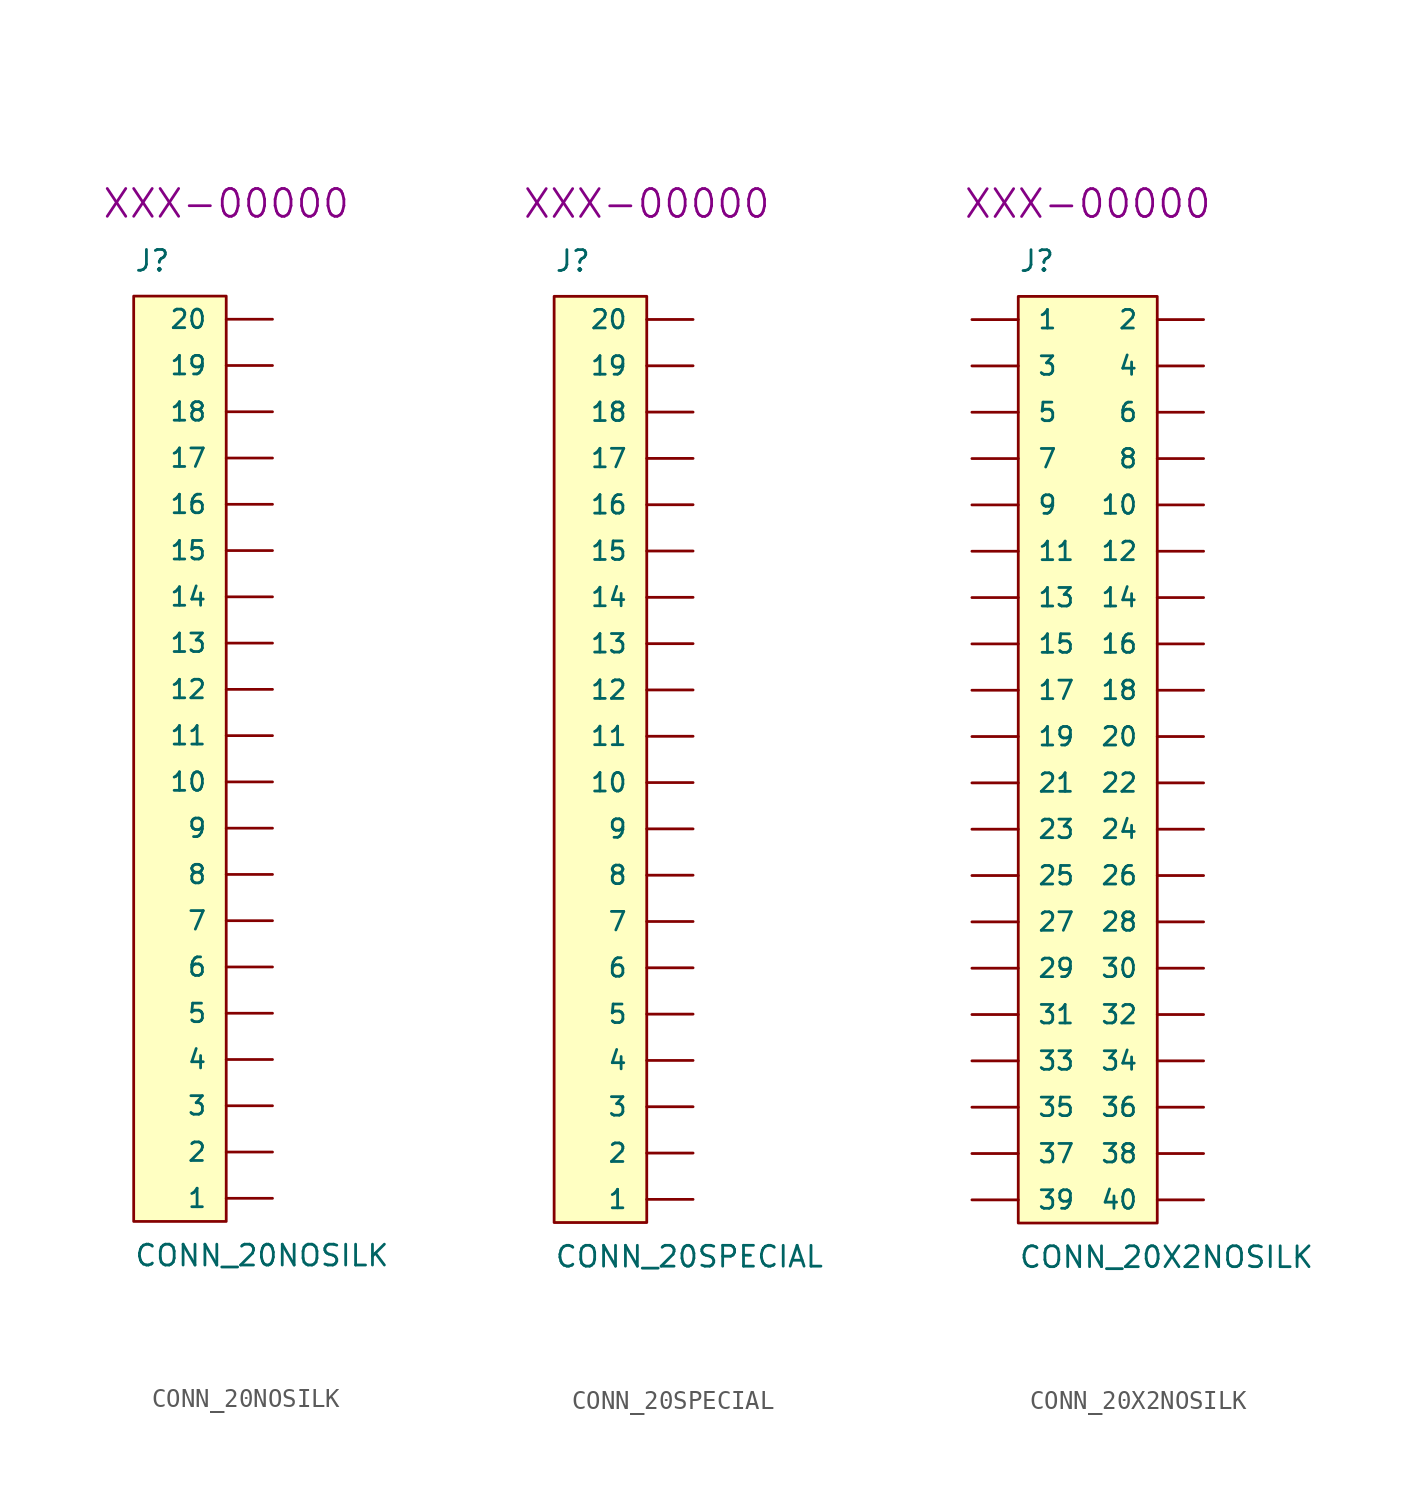
<source format=kicad_sym>
(kicad_symbol_lib
  (version 20201005)
  (generator kicad_symbol_editor)
  (symbol "CONN_20NOSILK"
    (pin_numbers hide)
    (pin_names
      (offset 1.016))
    (property "Reference" "J"
      (at -5.08 50.8 0)
      (effects (font (size 1.143 1.143)) (justify left bottom)))
    (property "Value" "CONN_20NOSILK"
      (at -5.08 -3.81 0)
      (effects (font (size 1.143 1.143)) (justify left bottom)))
    (property "Field4" "XXX-00000"
      (at 0 54.61 0)
      (effects (font (size 1.524 1.524))))
    (property "ki_locked" ""
      (at 0 0 0)
      (effects (font (size 1.27 1.27))))
    (symbol "CONN_20NOSILK_0_1"
      (rectangle (start 0 -1.27) (end -5.08 49.53) (stroke (width 0)) (fill (type background))))
    (symbol "CONN_20NOSILK_1_1"
      (pin passive line (at 2.54 0 180) (length 2.54) (name "1" (effects (font (size 1.016 1.016)))) (number "1" (effects (font (size 1.016 1.016)))))
      (pin passive line (at 2.54 2.54 180) (length 2.54) (name "2" (effects (font (size 1.016 1.016)))) (number "2" (effects (font (size 1.016 1.016)))))
      (pin passive line (at 2.54 5.08 180) (length 2.54) (name "3" (effects (font (size 1.016 1.016)))) (number "3" (effects (font (size 1.016 1.016)))))
      (pin passive line (at 2.54 7.62 180) (length 2.54) (name "4" (effects (font (size 1.016 1.016)))) (number "4" (effects (font (size 1.016 1.016)))))
      (pin passive line (at 2.54 10.16 180) (length 2.54) (name "5" (effects (font (size 1.016 1.016)))) (number "5" (effects (font (size 1.016 1.016)))))
      (pin passive line (at 2.54 12.7 180) (length 2.54) (name "6" (effects (font (size 1.016 1.016)))) (number "6" (effects (font (size 1.016 1.016)))))
      (pin passive line (at 2.54 15.24 180) (length 2.54) (name "7" (effects (font (size 1.016 1.016)))) (number "7" (effects (font (size 1.016 1.016)))))
      (pin passive line (at 2.54 17.78 180) (length 2.54) (name "8" (effects (font (size 1.016 1.016)))) (number "8" (effects (font (size 1.016 1.016)))))
      (pin passive line (at 2.54 20.32 180) (length 2.54) (name "9" (effects (font (size 1.016 1.016)))) (number "9" (effects (font (size 1.016 1.016)))))
      (pin passive line (at 2.54 22.86 180) (length 2.54) (name "10" (effects (font (size 1.016 1.016)))) (number "10" (effects (font (size 1.016 1.016)))))
      (pin passive line (at 2.54 48.26 180) (length 2.54) (name "20" (effects (font (size 1.016 1.016)))) (number "20" (effects (font (size 1.016 1.016)))))
      (pin passive line (at 2.54 25.4 180) (length 2.54) (name "11" (effects (font (size 1.016 1.016)))) (number "11" (effects (font (size 1.016 1.016)))))
      (pin passive line (at 2.54 27.94 180) (length 2.54) (name "12" (effects (font (size 1.016 1.016)))) (number "12" (effects (font (size 1.016 1.016)))))
      (pin passive line (at 2.54 30.48 180) (length 2.54) (name "13" (effects (font (size 1.016 1.016)))) (number "13" (effects (font (size 1.016 1.016)))))
      (pin passive line (at 2.54 33.02 180) (length 2.54) (name "14" (effects (font (size 1.016 1.016)))) (number "14" (effects (font (size 1.016 1.016)))))
      (pin passive line (at 2.54 35.56 180) (length 2.54) (name "15" (effects (font (size 1.016 1.016)))) (number "15" (effects (font (size 1.016 1.016)))))
      (pin passive line (at 2.54 38.1 180) (length 2.54) (name "16" (effects (font (size 1.016 1.016)))) (number "16" (effects (font (size 1.016 1.016)))))
      (pin passive line (at 2.54 40.64 180) (length 2.54) (name "17" (effects (font (size 1.016 1.016)))) (number "17" (effects (font (size 1.016 1.016)))))
      (pin passive line (at 2.54 43.18 180) (length 2.54) (name "18" (effects (font (size 1.016 1.016)))) (number "18" (effects (font (size 1.016 1.016)))))
      (pin passive line (at 2.54 45.72 180) (length 2.54) (name "19" (effects (font (size 1.016 1.016)))) (number "19" (effects (font (size 1.016 1.016)))))))
  (symbol "CONN_20SPECIAL"
    (pin_numbers hide)
    (pin_names
      (offset 1.016))
    (property "Reference" "J"
      (at -5.08 50.8 0)
      (effects (font (size 1.143 1.143)) (justify left bottom)))
    (property "Value" "CONN_20SPECIAL"
      (at -5.08 -3.81 0)
      (effects (font (size 1.143 1.143)) (justify left bottom)))
    (property "Field4" "XXX-00000"
      (at 0 54.61 0)
      (effects (font (size 1.524 1.524))))
    (property "ki_locked" ""
      (at 0 0 0)
      (effects (font (size 1.27 1.27))))
    (symbol "CONN_20SPECIAL_0_1"
      (rectangle (start 0 -1.27) (end -5.08 49.53) (stroke (width 0)) (fill (type background))))
    (symbol "CONN_20SPECIAL_1_1"
      (pin passive line (at 2.54 0 180) (length 2.54) (name "1" (effects (font (size 1.016 1.016)))) (number "1" (effects (font (size 1.016 1.016)))))
      (pin passive line (at 2.54 2.54 180) (length 2.54) (name "2" (effects (font (size 1.016 1.016)))) (number "2" (effects (font (size 1.016 1.016)))))
      (pin passive line (at 2.54 5.08 180) (length 2.54) (name "3" (effects (font (size 1.016 1.016)))) (number "3" (effects (font (size 1.016 1.016)))))
      (pin passive line (at 2.54 7.62 180) (length 2.54) (name "4" (effects (font (size 1.016 1.016)))) (number "4" (effects (font (size 1.016 1.016)))))
      (pin passive line (at 2.54 10.16 180) (length 2.54) (name "5" (effects (font (size 1.016 1.016)))) (number "5" (effects (font (size 1.016 1.016)))))
      (pin passive line (at 2.54 12.7 180) (length 2.54) (name "6" (effects (font (size 1.016 1.016)))) (number "6" (effects (font (size 1.016 1.016)))))
      (pin passive line (at 2.54 15.24 180) (length 2.54) (name "7" (effects (font (size 1.016 1.016)))) (number "7" (effects (font (size 1.016 1.016)))))
      (pin passive line (at 2.54 17.78 180) (length 2.54) (name "8" (effects (font (size 1.016 1.016)))) (number "8" (effects (font (size 1.016 1.016)))))
      (pin passive line (at 2.54 20.32 180) (length 2.54) (name "9" (effects (font (size 1.016 1.016)))) (number "9" (effects (font (size 1.016 1.016)))))
      (pin passive line (at 2.54 22.86 180) (length 2.54) (name "10" (effects (font (size 1.016 1.016)))) (number "10" (effects (font (size 1.016 1.016)))))
      (pin passive line (at 2.54 48.26 180) (length 2.54) (name "20" (effects (font (size 1.016 1.016)))) (number "20" (effects (font (size 1.016 1.016)))))
      (pin passive line (at 2.54 25.4 180) (length 2.54) (name "11" (effects (font (size 1.016 1.016)))) (number "11" (effects (font (size 1.016 1.016)))))
      (pin passive line (at 2.54 27.94 180) (length 2.54) (name "12" (effects (font (size 1.016 1.016)))) (number "12" (effects (font (size 1.016 1.016)))))
      (pin passive line (at 2.54 30.48 180) (length 2.54) (name "13" (effects (font (size 1.016 1.016)))) (number "13" (effects (font (size 1.016 1.016)))))
      (pin passive line (at 2.54 33.02 180) (length 2.54) (name "14" (effects (font (size 1.016 1.016)))) (number "14" (effects (font (size 1.016 1.016)))))
      (pin passive line (at 2.54 35.56 180) (length 2.54) (name "15" (effects (font (size 1.016 1.016)))) (number "15" (effects (font (size 1.016 1.016)))))
      (pin passive line (at 2.54 38.1 180) (length 2.54) (name "16" (effects (font (size 1.016 1.016)))) (number "16" (effects (font (size 1.016 1.016)))))
      (pin passive line (at 2.54 40.64 180) (length 2.54) (name "17" (effects (font (size 1.016 1.016)))) (number "17" (effects (font (size 1.016 1.016)))))
      (pin passive line (at 2.54 43.18 180) (length 2.54) (name "18" (effects (font (size 1.016 1.016)))) (number "18" (effects (font (size 1.016 1.016)))))
      (pin passive line (at 2.54 45.72 180) (length 2.54) (name "19" (effects (font (size 1.016 1.016)))) (number "19" (effects (font (size 1.016 1.016)))))))
  (symbol "CONN_20X2NOSILK"
    (pin_numbers hide)
    (pin_names
      (offset 1.016))
    (property "Reference" "J"
      (at -3.81 26.67 0)
      (effects (font (size 1.143 1.143)) (justify left bottom)))
    (property "Value" "CONN_20X2NOSILK"
      (at -3.81 -27.94 0)
      (effects (font (size 1.143 1.143)) (justify left bottom)))
    (property "Field4" "XXX-00000"
      (at 0 30.48 0)
      (effects (font (size 1.524 1.524))))
    (property "ki_locked" ""
      (at 0 0 0)
      (effects (font (size 1.27 1.27))))
    (symbol "CONN_20X2NOSILK_0_1"
      (rectangle (start 3.81 -25.4) (end -3.81 25.4) (stroke (width 0)) (fill (type background))))
    (symbol "CONN_20X2NOSILK_1_1"
      (pin passive line (at -6.35 24.13 0) (length 2.54) (name "1" (effects (font (size 1.016 1.016)))) (number "1" (effects (font (size 1.016 1.016)))))
      (pin passive line (at 6.35 24.13 180) (length 2.54) (name "2" (effects (font (size 1.016 1.016)))) (number "2" (effects (font (size 1.016 1.016)))))
      (pin passive line (at -6.35 21.59 0) (length 2.54) (name "3" (effects (font (size 1.016 1.016)))) (number "3" (effects (font (size 1.016 1.016)))))
      (pin passive line (at 6.35 21.59 180) (length 2.54) (name "4" (effects (font (size 1.016 1.016)))) (number "4" (effects (font (size 1.016 1.016)))))
      (pin passive line (at -6.35 19.05 0) (length 2.54) (name "5" (effects (font (size 1.016 1.016)))) (number "5" (effects (font (size 1.016 1.016)))))
      (pin passive line (at 6.35 19.05 180) (length 2.54) (name "6" (effects (font (size 1.016 1.016)))) (number "6" (effects (font (size 1.016 1.016)))))
      (pin passive line (at -6.35 16.51 0) (length 2.54) (name "7" (effects (font (size 1.016 1.016)))) (number "7" (effects (font (size 1.016 1.016)))))
      (pin passive line (at 6.35 16.51 180) (length 2.54) (name "8" (effects (font (size 1.016 1.016)))) (number "8" (effects (font (size 1.016 1.016)))))
      (pin passive line (at -6.35 13.97 0) (length 2.54) (name "9" (effects (font (size 1.016 1.016)))) (number "9" (effects (font (size 1.016 1.016)))))
      (pin passive line (at 6.35 13.97 180) (length 2.54) (name "10" (effects (font (size 1.016 1.016)))) (number "10" (effects (font (size 1.016 1.016)))))
      (pin passive line (at 6.35 1.27 180) (length 2.54) (name "20" (effects (font (size 1.016 1.016)))) (number "20" (effects (font (size 1.016 1.016)))))
      (pin passive line (at 6.35 -11.43 180) (length 2.54) (name "30" (effects (font (size 1.016 1.016)))) (number "30" (effects (font (size 1.016 1.016)))))
      (pin passive line (at 6.35 -24.13 180) (length 2.54) (name "40" (effects (font (size 1.016 1.016)))) (number "40" (effects (font (size 1.016 1.016)))))
      (pin passive line (at -6.35 11.43 0) (length 2.54) (name "11" (effects (font (size 1.016 1.016)))) (number "11" (effects (font (size 1.016 1.016)))))
      (pin passive line (at -6.35 -1.27 0) (length 2.54) (name "21" (effects (font (size 1.016 1.016)))) (number "21" (effects (font (size 1.016 1.016)))))
      (pin passive line (at -6.35 -13.97 0) (length 2.54) (name "31" (effects (font (size 1.016 1.016)))) (number "31" (effects (font (size 1.016 1.016)))))
      (pin passive line (at 6.35 11.43 180) (length 2.54) (name "12" (effects (font (size 1.016 1.016)))) (number "12" (effects (font (size 1.016 1.016)))))
      (pin passive line (at 6.35 -1.27 180) (length 2.54) (name "22" (effects (font (size 1.016 1.016)))) (number "22" (effects (font (size 1.016 1.016)))))
      (pin passive line (at 6.35 -13.97 180) (length 2.54) (name "32" (effects (font (size 1.016 1.016)))) (number "32" (effects (font (size 1.016 1.016)))))
      (pin passive line (at -6.35 8.89 0) (length 2.54) (name "13" (effects (font (size 1.016 1.016)))) (number "13" (effects (font (size 1.016 1.016)))))
      (pin passive line (at -6.35 -3.81 0) (length 2.54) (name "23" (effects (font (size 1.016 1.016)))) (number "23" (effects (font (size 1.016 1.016)))))
      (pin passive line (at -6.35 -16.51 0) (length 2.54) (name "33" (effects (font (size 1.016 1.016)))) (number "33" (effects (font (size 1.016 1.016)))))
      (pin passive line (at 6.35 8.89 180) (length 2.54) (name "14" (effects (font (size 1.016 1.016)))) (number "14" (effects (font (size 1.016 1.016)))))
      (pin passive line (at 6.35 -3.81 180) (length 2.54) (name "24" (effects (font (size 1.016 1.016)))) (number "24" (effects (font (size 1.016 1.016)))))
      (pin passive line (at 6.35 -16.51 180) (length 2.54) (name "34" (effects (font (size 1.016 1.016)))) (number "34" (effects (font (size 1.016 1.016)))))
      (pin passive line (at -6.35 6.35 0) (length 2.54) (name "15" (effects (font (size 1.016 1.016)))) (number "15" (effects (font (size 1.016 1.016)))))
      (pin passive line (at -6.35 -6.35 0) (length 2.54) (name "25" (effects (font (size 1.016 1.016)))) (number "25" (effects (font (size 1.016 1.016)))))
      (pin passive line (at -6.35 -19.05 0) (length 2.54) (name "35" (effects (font (size 1.016 1.016)))) (number "35" (effects (font (size 1.016 1.016)))))
      (pin passive line (at 6.35 6.35 180) (length 2.54) (name "16" (effects (font (size 1.016 1.016)))) (number "16" (effects (font (size 1.016 1.016)))))
      (pin passive line (at 6.35 -6.35 180) (length 2.54) (name "26" (effects (font (size 1.016 1.016)))) (number "26" (effects (font (size 1.016 1.016)))))
      (pin passive line (at 6.35 -19.05 180) (length 2.54) (name "36" (effects (font (size 1.016 1.016)))) (number "36" (effects (font (size 1.016 1.016)))))
      (pin passive line (at -6.35 3.81 0) (length 2.54) (name "17" (effects (font (size 1.016 1.016)))) (number "17" (effects (font (size 1.016 1.016)))))
      (pin passive line (at -6.35 -8.89 0) (length 2.54) (name "27" (effects (font (size 1.016 1.016)))) (number "27" (effects (font (size 1.016 1.016)))))
      (pin passive line (at -6.35 -21.59 0) (length 2.54) (name "37" (effects (font (size 1.016 1.016)))) (number "37" (effects (font (size 1.016 1.016)))))
      (pin passive line (at 6.35 3.81 180) (length 2.54) (name "18" (effects (font (size 1.016 1.016)))) (number "18" (effects (font (size 1.016 1.016)))))
      (pin passive line (at 6.35 -8.89 180) (length 2.54) (name "28" (effects (font (size 1.016 1.016)))) (number "28" (effects (font (size 1.016 1.016)))))
      (pin passive line (at 6.35 -21.59 180) (length 2.54) (name "38" (effects (font (size 1.016 1.016)))) (number "38" (effects (font (size 1.016 1.016)))))
      (pin passive line (at -6.35 1.27 0) (length 2.54) (name "19" (effects (font (size 1.016 1.016)))) (number "19" (effects (font (size 1.016 1.016)))))
      (pin passive line (at -6.35 -11.43 0) (length 2.54) (name "29" (effects (font (size 1.016 1.016)))) (number "29" (effects (font (size 1.016 1.016)))))
      (pin passive line (at -6.35 -24.13 0) (length 2.54) (name "39" (effects (font (size 1.016 1.016)))) (number "39" (effects (font (size 1.016 1.016))))))))
</source>
